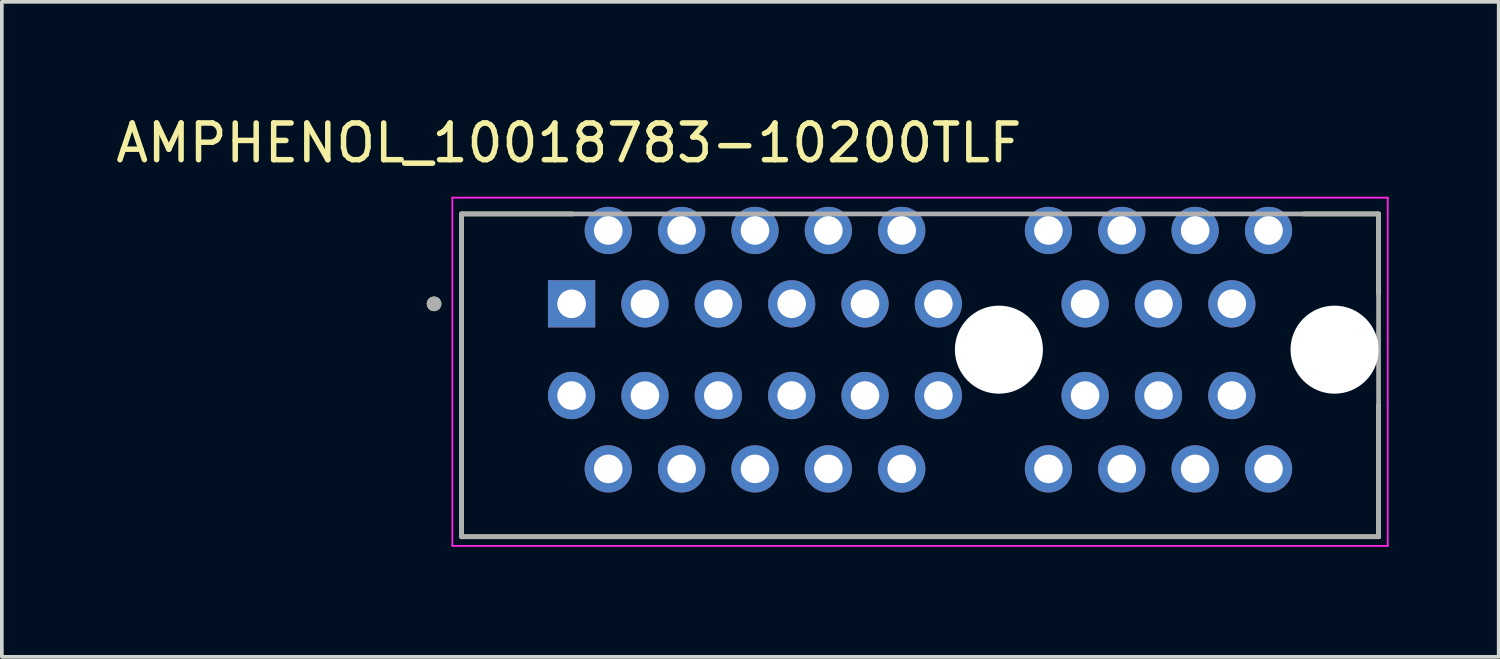
<source format=kicad_pcb>
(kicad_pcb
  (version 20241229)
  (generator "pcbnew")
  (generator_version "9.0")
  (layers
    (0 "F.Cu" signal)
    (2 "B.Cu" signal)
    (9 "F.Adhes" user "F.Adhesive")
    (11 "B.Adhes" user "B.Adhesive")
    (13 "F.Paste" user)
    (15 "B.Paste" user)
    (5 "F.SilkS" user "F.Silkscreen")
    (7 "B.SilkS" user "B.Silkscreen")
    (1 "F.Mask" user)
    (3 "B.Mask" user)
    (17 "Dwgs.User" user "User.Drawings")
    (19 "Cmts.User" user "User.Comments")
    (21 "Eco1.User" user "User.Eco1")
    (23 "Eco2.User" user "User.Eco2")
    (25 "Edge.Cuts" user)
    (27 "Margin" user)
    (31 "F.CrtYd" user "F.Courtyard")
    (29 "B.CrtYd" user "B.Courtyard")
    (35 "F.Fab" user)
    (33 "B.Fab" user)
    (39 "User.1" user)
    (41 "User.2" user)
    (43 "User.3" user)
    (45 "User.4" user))
  (footprint "AMPHENOL_10018783-10200TLF"
    (layer "F.Cu")
    (at 24.183 6.483)
    (property "Reference" "AMPHENOL_10018783-10200TLF" (at -11.725 -5.635 0) (layer "F.SilkS") (effects (font (size 1 1) (thickness 0.15))))
    (attr through_hole)
    (fp_line (start -14.65 -3.7) (end -11.614 -3.7) (stroke (width 0.127) (type solid)) (layer "F.SilkS"))
    (fp_line (start -14.65 5.1) (end -14.65 -3.7) (stroke (width 0.127) (type solid)) (layer "F.SilkS"))
    (fp_line (start 8.314 -3.7) (end 10.35 -3.7) (stroke (width 0.127) (type solid)) (layer "F.SilkS"))
    (fp_line (start 10.35 -3.7) (end 10.35 -1.52) (stroke (width 0.127) (type solid)) (layer "F.SilkS"))
    (fp_line (start 10.35 5.1) (end -14.65 5.1) (stroke (width 0.127) (type solid)) (layer "F.SilkS"))
    (fp_line (start 10.35 5.1) (end 10.35 1.52) (stroke (width 0.127) (type solid)) (layer "F.SilkS"))
    (fp_circle (center -15.4 -1.25) (end -15.3 -1.25) (stroke (width 0.2) (type solid)) (fill no) (layer "F.SilkS"))
    (fp_line (start -14.9 -4.144) (end -14.9 5.35) (stroke (width 0.05) (type solid)) (layer "F.CrtYd"))
    (fp_line (start -14.9 5.35) (end 10.6 5.35) (stroke (width 0.05) (type solid)) (layer "F.CrtYd"))
    (fp_line (start 10.6 -4.144) (end -14.9 -4.144) (stroke (width 0.05) (type solid)) (layer "F.CrtYd"))
    (fp_line (start 10.6 5.35) (end 10.6 -4.144) (stroke (width 0.05) (type solid)) (layer "F.CrtYd"))
    (fp_line (start -14.65 -3.7) (end 10.35 -3.7) (stroke (width 0.127) (type solid)) (layer "F.Fab"))
    (fp_line (start -14.65 5.1) (end -14.65 -3.7) (stroke (width 0.127) (type solid)) (layer "F.Fab"))
    (fp_line (start 10.35 -3.7) (end 10.35 5.1) (stroke (width 0.127) (type solid)) (layer "F.Fab"))
    (fp_line (start 10.35 5.1) (end -14.65 5.1) (stroke (width 0.127) (type solid)) (layer "F.Fab"))
    (fp_circle (center -15.4 -1.25) (end -15.3 -1.25) (stroke (width 0.2) (type solid)) (fill no) (layer "F.Fab"))
    (pad "" np_thru_hole circle (at 0 0) (size 2.4 2.4) (drill 2.4) (layers "*.Cu" "*.Mask"))
    (pad "" np_thru_hole circle (at 9.15 0) (size 2.4 2.4) (drill 2.4) (layers "*.Cu" "*.Mask"))
    (pad "A1" thru_hole rect (at -11.65 -1.25) (size 1.288 1.288) (drill 0.78) (layers "*.Cu" "*.Mask"))
    (pad "A2" thru_hole circle (at -10.65 -3.25) (size 1.288 1.288) (drill 0.78) (layers "*.Cu" "*.Mask"))
    (pad "A3" thru_hole circle (at -9.65 -1.25) (size 1.288 1.288) (drill 0.78) (layers "*.Cu" "*.Mask"))
    (pad "A4" thru_hole circle (at -8.65 -3.25) (size 1.288 1.288) (drill 0.78) (layers "*.Cu" "*.Mask"))
    (pad "A5" thru_hole circle (at -7.65 -1.25) (size 1.288 1.288) (drill 0.78) (layers "*.Cu" "*.Mask"))
    (pad "A6" thru_hole circle (at -6.65 -3.25) (size 1.288 1.288) (drill 0.78) (layers "*.Cu" "*.Mask"))
    (pad "A7" thru_hole circle (at -5.65 -1.25) (size 1.288 1.288) (drill 0.78) (layers "*.Cu" "*.Mask"))
    (pad "A8" thru_hole circle (at -4.65 -3.25) (size 1.288 1.288) (drill 0.78) (layers "*.Cu" "*.Mask"))
    (pad "A9" thru_hole circle (at -3.65 -1.25) (size 1.288 1.288) (drill 0.78) (layers "*.Cu" "*.Mask"))
    (pad "A10" thru_hole circle (at -2.65 -3.25) (size 1.288 1.288) (drill 0.78) (layers "*.Cu" "*.Mask"))
    (pad "A11" thru_hole circle (at -1.65 -1.25) (size 1.288 1.288) (drill 0.78) (layers "*.Cu" "*.Mask"))
    (pad "A12" thru_hole circle (at 1.35 -3.25) (size 1.288 1.288) (drill 0.78) (layers "*.Cu" "*.Mask"))
    (pad "A13" thru_hole circle (at 2.35 -1.25) (size 1.288 1.288) (drill 0.78) (layers "*.Cu" "*.Mask"))
    (pad "A14" thru_hole circle (at 3.35 -3.25) (size 1.288 1.288) (drill 0.78) (layers "*.Cu" "*.Mask"))
    (pad "A15" thru_hole circle (at 4.35 -1.25) (size 1.288 1.288) (drill 0.78) (layers "*.Cu" "*.Mask"))
    (pad "A16" thru_hole circle (at 5.35 -3.25) (size 1.288 1.288) (drill 0.78) (layers "*.Cu" "*.Mask"))
    (pad "A17" thru_hole circle (at 6.35 -1.25) (size 1.288 1.288) (drill 0.78) (layers "*.Cu" "*.Mask"))
    (pad "A18" thru_hole circle (at 7.35 -3.25) (size 1.288 1.288) (drill 0.78) (layers "*.Cu" "*.Mask"))
    (pad "B1" thru_hole circle (at -11.65 1.25) (size 1.288 1.288) (drill 0.78) (layers "*.Cu" "*.Mask"))
    (pad "B2" thru_hole circle (at -10.65 3.25) (size 1.288 1.288) (drill 0.78) (layers "*.Cu" "*.Mask"))
    (pad "B3" thru_hole circle (at -9.65 1.25) (size 1.288 1.288) (drill 0.78) (layers "*.Cu" "*.Mask"))
    (pad "B4" thru_hole circle (at -8.65 3.25) (size 1.288 1.288) (drill 0.78) (layers "*.Cu" "*.Mask"))
    (pad "B5" thru_hole circle (at -7.65 1.25) (size 1.288 1.288) (drill 0.78) (layers "*.Cu" "*.Mask"))
    (pad "B6" thru_hole circle (at -6.65 3.25) (size 1.288 1.288) (drill 0.78) (layers "*.Cu" "*.Mask"))
    (pad "B7" thru_hole circle (at -5.65 1.25) (size 1.288 1.288) (drill 0.78) (layers "*.Cu" "*.Mask"))
    (pad "B8" thru_hole circle (at -4.65 3.25) (size 1.288 1.288) (drill 0.78) (layers "*.Cu" "*.Mask"))
    (pad "B9" thru_hole circle (at -3.65 1.25) (size 1.288 1.288) (drill 0.78) (layers "*.Cu" "*.Mask"))
    (pad "B10" thru_hole circle (at -2.65 3.25) (size 1.288 1.288) (drill 0.78) (layers "*.Cu" "*.Mask"))
    (pad "B11" thru_hole circle (at -1.65 1.25) (size 1.288 1.288) (drill 0.78) (layers "*.Cu" "*.Mask"))
    (pad "B12" thru_hole circle (at 1.35 3.25) (size 1.288 1.288) (drill 0.78) (layers "*.Cu" "*.Mask"))
    (pad "B13" thru_hole circle (at 2.35 1.25) (size 1.288 1.288) (drill 0.78) (layers "*.Cu" "*.Mask"))
    (pad "B14" thru_hole circle (at 3.35 3.25) (size 1.288 1.288) (drill 0.78) (layers "*.Cu" "*.Mask"))
    (pad "B15" thru_hole circle (at 4.35 1.25) (size 1.288 1.288) (drill 0.78) (layers "*.Cu" "*.Mask"))
    (pad "B16" thru_hole circle (at 5.35 3.25) (size 1.288 1.288) (drill 0.78) (layers "*.Cu" "*.Mask"))
    (pad "B17" thru_hole circle (at 6.35 1.25) (size 1.288 1.288) (drill 0.78) (layers "*.Cu" "*.Mask"))
    (pad "B18" thru_hole circle (at 7.35 3.25) (size 1.288 1.288) (drill 0.78) (layers "*.Cu" "*.Mask")))
  (gr_rect
    (start -3 -3)
    (end 37.808 14.858)
    (stroke (width 0.1) (type default))
    (fill no)
    (layer "Edge.Cuts")))
</source>
